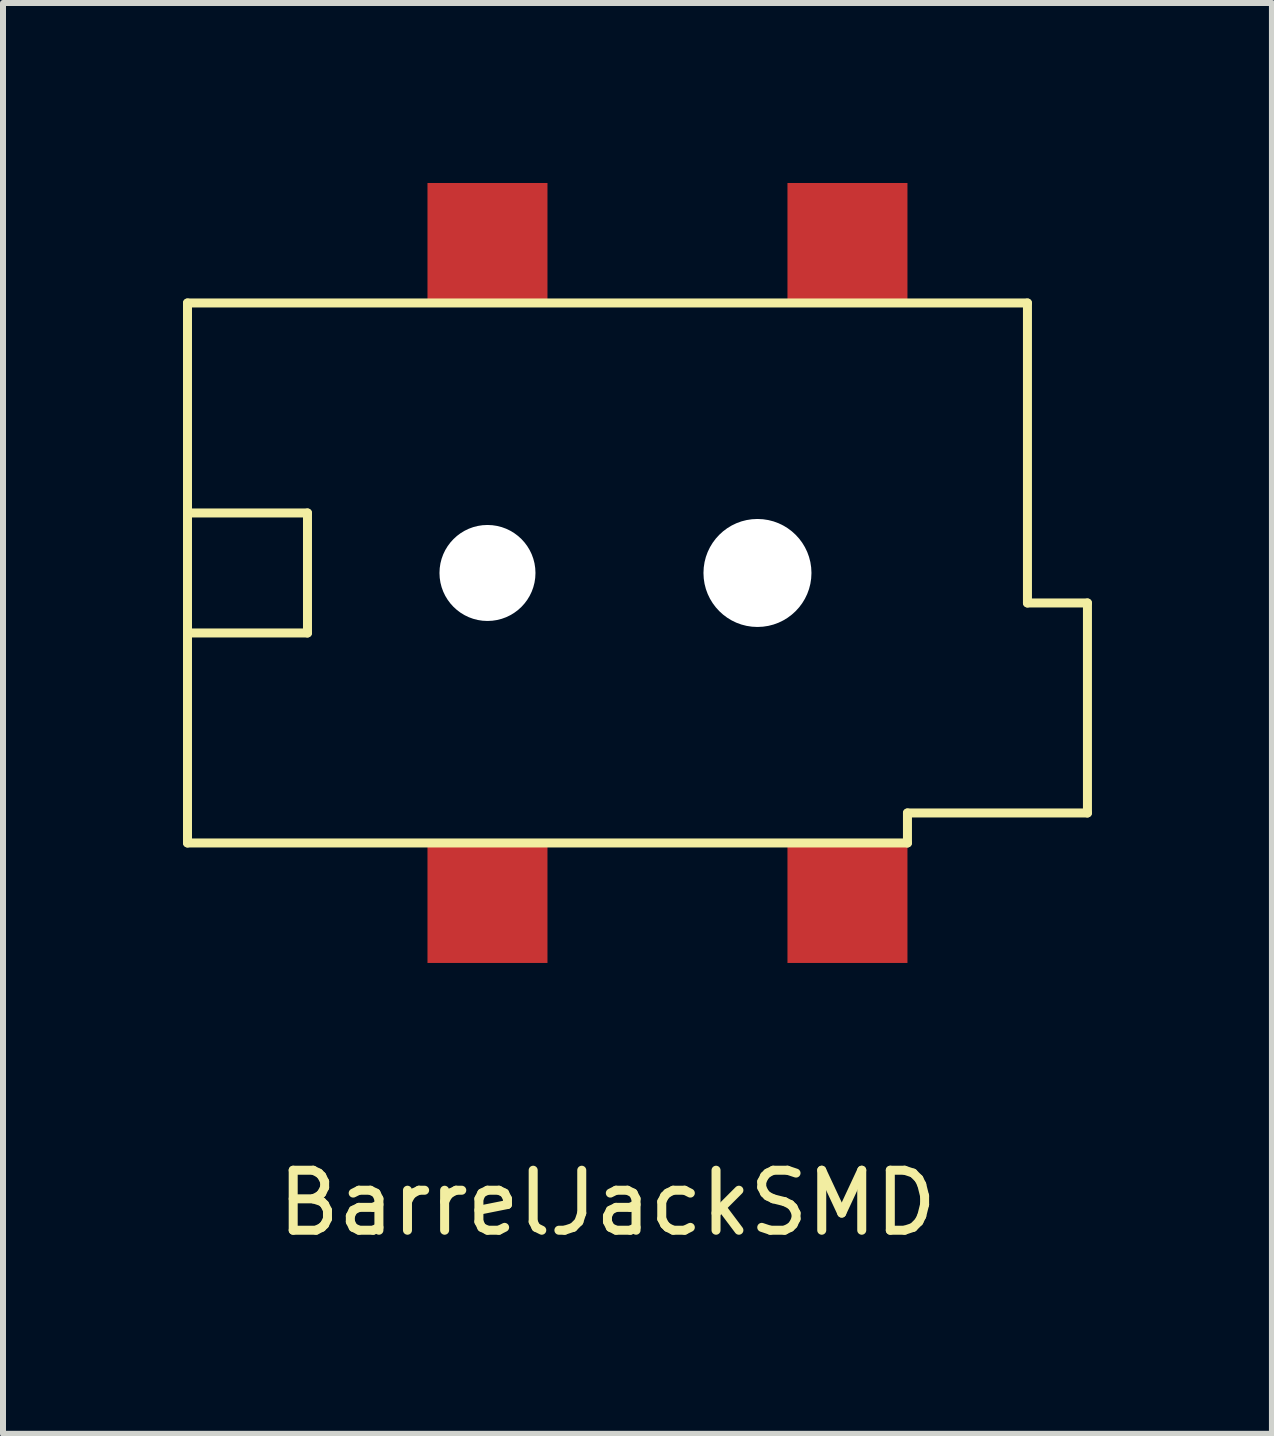
<source format=kicad_pcb>
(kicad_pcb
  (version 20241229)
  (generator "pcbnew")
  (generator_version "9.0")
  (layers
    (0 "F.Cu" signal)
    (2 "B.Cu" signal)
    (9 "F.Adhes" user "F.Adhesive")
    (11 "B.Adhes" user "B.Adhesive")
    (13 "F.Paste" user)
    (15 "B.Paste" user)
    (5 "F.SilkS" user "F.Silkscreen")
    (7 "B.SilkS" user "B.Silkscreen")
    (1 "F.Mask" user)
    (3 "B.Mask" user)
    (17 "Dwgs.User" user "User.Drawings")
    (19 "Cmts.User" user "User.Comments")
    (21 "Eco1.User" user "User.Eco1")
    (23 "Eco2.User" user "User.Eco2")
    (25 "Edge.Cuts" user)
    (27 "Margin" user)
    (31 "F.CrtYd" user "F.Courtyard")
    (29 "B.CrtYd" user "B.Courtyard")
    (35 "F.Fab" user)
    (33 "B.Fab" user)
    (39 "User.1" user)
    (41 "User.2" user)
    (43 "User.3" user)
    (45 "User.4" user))
  (footprint "BarrelJackSMD"
    (layer "F.Cu")
    (at 7.075 6.5)
    (property "Reference" "BarrelJackSMD" (at 0 10.5 0) (layer "F.SilkS") (effects (font (size 1 1) (thickness 0.15))))
    (attr through_hole)
    (fp_line (start -7 -4.5) (end -7 4.5) (stroke (width 0.15) (type solid)) (layer "F.SilkS"))
    (fp_line (start -7 1) (end -5 1) (stroke (width 0.15) (type solid)) (layer "F.SilkS"))
    (fp_line (start -7 4.5) (end 5 4.5) (stroke (width 0.15) (type solid)) (layer "F.SilkS"))
    (fp_line (start -5 -1) (end -7 -1) (stroke (width 0.15) (type solid)) (layer "F.SilkS"))
    (fp_line (start -5 1) (end -5 -1) (stroke (width 0.15) (type solid)) (layer "F.SilkS"))
    (fp_line (start 5 4) (end 5 4.5) (stroke (width 0.15) (type solid)) (layer "F.SilkS"))
    (fp_line (start 7 -4.5) (end -7 -4.5) (stroke (width 0.15) (type solid)) (layer "F.SilkS"))
    (fp_line (start 7 -4.5) (end 7 0.5) (stroke (width 0.15) (type solid)) (layer "F.SilkS"))
    (fp_line (start 7 0.5) (end 8 0.5) (stroke (width 0.15) (type solid)) (layer "F.SilkS"))
    (fp_line (start 8 0.5) (end 8 4) (stroke (width 0.15) (type solid)) (layer "F.SilkS"))
    (fp_line (start 8 4) (end 5 4) (stroke (width 0.15) (type solid)) (layer "F.SilkS"))
    (pad "" np_thru_hole circle (at -2 0) (size 1.6 1.6) (drill 1.6) (layers "*.Cu" "*.Mask"))
    (pad "" np_thru_hole circle (at 2.5 0) (size 1.8 1.8) (drill 1.8) (layers "*.Cu" "*.Mask"))
    (pad "1" smd rect (at -2 -5.5) (size 2 2) (layers "F.Cu" "F.Mask" "F.Paste"))
    (pad "1" smd rect (at 4 -5.5) (size 2 2) (layers "F.Cu" "F.Mask" "F.Paste"))
    (pad "2" smd rect (at -2 5.5) (size 2 2) (layers "F.Cu" "F.Mask" "F.Paste"))
    (pad "3" smd rect (at 4 5.5) (size 2 2) (layers "F.Cu" "F.Mask" "F.Paste")))
  (gr_rect
    (start -3 -3)
    (end 18.15 20.848)
    (stroke (width 0.1) (type default))
    (fill no)
    (layer "Edge.Cuts")))
</source>
